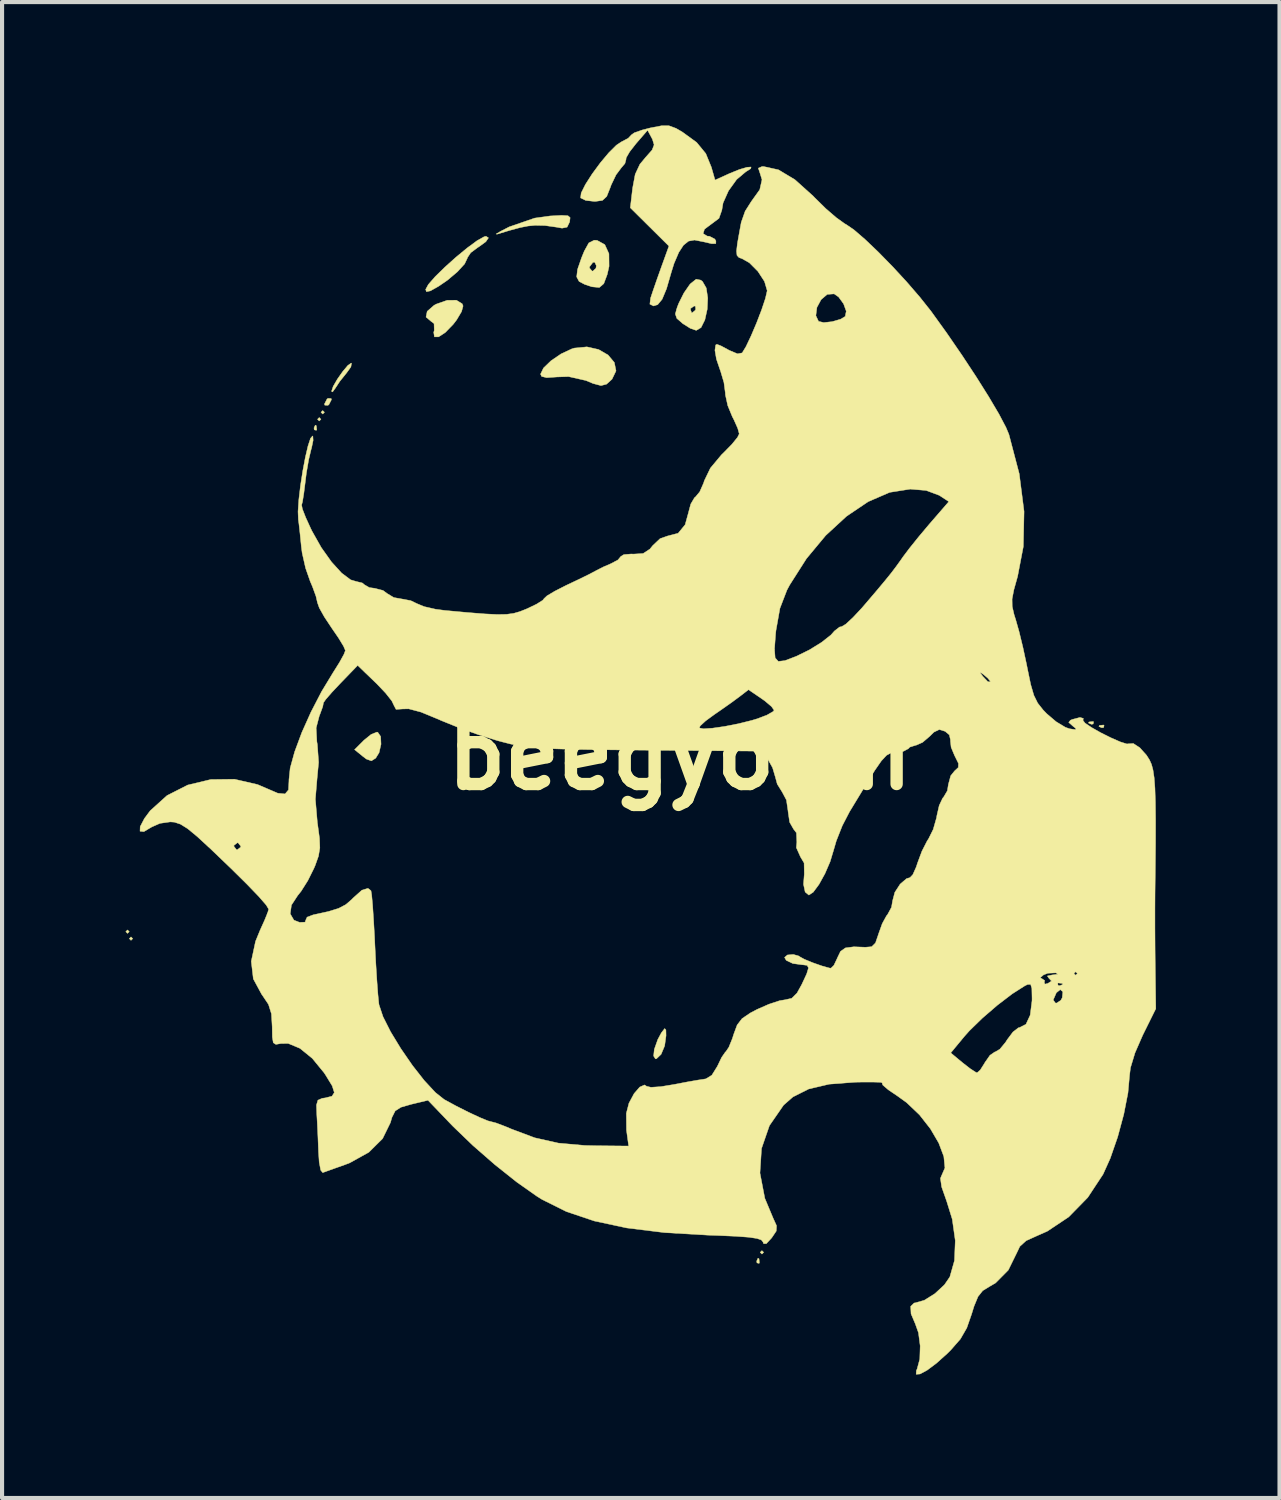
<source format=kicad_pcb>
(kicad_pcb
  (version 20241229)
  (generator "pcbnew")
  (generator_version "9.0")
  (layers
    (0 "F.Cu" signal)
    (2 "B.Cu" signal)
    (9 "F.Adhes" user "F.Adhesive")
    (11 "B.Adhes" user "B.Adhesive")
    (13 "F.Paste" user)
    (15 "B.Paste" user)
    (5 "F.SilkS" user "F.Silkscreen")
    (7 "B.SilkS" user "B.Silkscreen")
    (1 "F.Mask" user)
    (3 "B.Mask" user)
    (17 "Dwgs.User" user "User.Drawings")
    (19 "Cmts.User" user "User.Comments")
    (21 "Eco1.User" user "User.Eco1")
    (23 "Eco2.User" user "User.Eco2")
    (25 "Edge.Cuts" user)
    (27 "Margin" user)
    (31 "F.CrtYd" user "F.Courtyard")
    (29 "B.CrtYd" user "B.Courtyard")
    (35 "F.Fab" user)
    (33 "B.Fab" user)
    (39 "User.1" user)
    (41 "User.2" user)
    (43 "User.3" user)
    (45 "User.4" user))
  (footprint "beegyoshi"
    (layer "F.Cu")
    (at 13.467 15.304)
    (property "Reference" "beegyoshi" (at 0 0 0) (layer "F.SilkS") (effects (font (size 1.524 1.524) (thickness 0.3))))
    (attr through_hole)
    (fp_poly (pts (xy -13.377 4.276) (xy -13.42 4.318) (xy -13.462 4.276) (xy -13.42 4.233) (xy -13.377 4.276)) (stroke (width 0.01) (type solid)) (fill yes) (layer "F.SilkS"))
    (fp_poly (pts (xy -13.293 4.445) (xy -13.335 4.487) (xy -13.377 4.445) (xy -13.335 4.403) (xy -13.293 4.445)) (stroke (width 0.01) (type solid)) (fill yes) (layer "F.SilkS"))
    (fp_poly (pts (xy -8.721 -8.17) (xy -8.763 -8.128) (xy -8.805 -8.17) (xy -8.763 -8.213) (xy -8.721 -8.17)) (stroke (width 0.01) (type solid)) (fill yes) (layer "F.SilkS"))
    (fp_poly (pts (xy -8.636 -8.34) (xy -8.678 -8.297) (xy -8.721 -8.34) (xy -8.678 -8.382) (xy -8.636 -8.34)) (stroke (width 0.01) (type solid)) (fill yes) (layer "F.SilkS"))
    (fp_poly (pts (xy 2.032 12.065) (xy 1.99 12.107) (xy 1.947 12.065) (xy 1.99 12.023) (xy 2.032 12.065)) (stroke (width 0.01) (type solid)) (fill yes) (layer "F.SilkS"))
    (fp_poly (pts (xy -8.834 -8.015) (xy -8.823 -7.915) (xy -8.834 -7.902) (xy -8.884 -7.914) (xy -8.89 -7.959) (xy -8.859 -8.028) (xy -8.834 -8.015)) (stroke (width 0.01) (type solid)) (fill yes) (layer "F.SilkS"))
    (fp_poly (pts (xy 1.919 12.22) (xy 1.929 12.321) (xy 1.919 12.333) (xy 1.869 12.321) (xy 1.863 12.277) (xy 1.894 12.207) (xy 1.919 12.22)) (stroke (width 0.01) (type solid)) (fill yes) (layer "F.SilkS"))
    (fp_poly (pts (xy 10.047 -0.818) (xy 10.035 -0.768) (xy 9.991 -0.762) (xy 9.921 -0.793) (xy 9.934 -0.818) (xy 10.035 -0.829) (xy 10.047 -0.818)) (stroke (width 0.01) (type solid)) (fill yes) (layer "F.SilkS"))
    (fp_poly (pts (xy 10.301 -0.734) (xy 10.289 -0.683) (xy 10.245 -0.677) (xy 10.175 -0.708) (xy 10.188 -0.734) (xy 10.289 -0.744) (xy 10.301 -0.734)) (stroke (width 0.01) (type solid)) (fill yes) (layer "F.SilkS"))
    (fp_poly (pts (xy -8.473 -8.674) (xy -8.467 -8.646) (xy -8.528 -8.526) (xy -8.551 -8.509) (xy -8.629 -8.513) (xy -8.636 -8.541) (xy -8.574 -8.661) (xy -8.551 -8.678) (xy -8.473 -8.674)) (stroke (width 0.01) (type solid)) (fill yes) (layer "F.SilkS"))
    (fp_poly (pts (xy -0.342 6.663) (xy -0.339 6.802) (xy -0.373 7.05) (xy -0.459 7.255) (xy -0.571 7.362) (xy -0.597 7.366) (xy -0.641 7.295) (xy -0.624 7.133) (xy -0.539 6.893) (xy -0.453 6.733) (xy -0.372 6.628) (xy -0.342 6.663)) (stroke (width 0.01) (type solid)) (fill yes) (layer "F.SilkS"))
    (fp_poly (pts (xy -7.342 -0.569) (xy -7.271 -0.465) (xy -7.262 -0.277) (xy -7.309 -0.073) (xy -7.391 0.061) (xy -7.496 0.127) (xy -7.618 0.083) (xy -7.706 0.016) (xy -7.905 -0.146) (xy -7.676 -0.375) (xy -7.503 -0.515) (xy -7.364 -0.571) (xy -7.342 -0.569)) (stroke (width 0.01) (type solid)) (fill yes) (layer "F.SilkS"))
    (fp_poly (pts (xy -7.979 -9.531) (xy -7.994 -9.442) (xy -8.099 -9.295) (xy -8.102 -9.292) (xy -8.263 -9.092) (xy -8.368 -8.932) (xy -8.439 -8.834) (xy -8.464 -8.849) (xy -8.424 -8.969) (xy -8.321 -9.147) (xy -8.191 -9.332) (xy -8.068 -9.478) (xy -7.987 -9.535) (xy -7.979 -9.531)) (stroke (width 0.01) (type solid)) (fill yes) (layer "F.SilkS"))
    (fp_poly (pts (xy -5.291 -10.976) (xy -5.269 -10.922) (xy -5.306 -10.786) (xy -5.425 -10.585) (xy -5.508 -10.477) (xy -5.702 -10.277) (xy -5.863 -10.172) (xy -5.965 -10.171) (xy -5.982 -10.281) (xy -5.969 -10.33) (xy -5.974 -10.494) (xy -6.048 -10.55) (xy -6.169 -10.653) (xy -6.141 -10.792) (xy -5.974 -10.938) (xy -5.921 -10.967) (xy -5.656 -11.06) (xy -5.431 -11.062) (xy -5.291 -10.976)) (stroke (width 0.01) (type solid)) (fill yes) (layer "F.SilkS"))
    (fp_poly (pts (xy -2.722 -13.114) (xy -2.669 -13.069) (xy -2.679 -12.977) (xy -2.683 -12.959) (xy -2.742 -12.837) (xy -2.864 -12.812) (xy -2.996 -12.836) (xy -3.281 -12.876) (xy -3.52 -12.881) (xy -3.694 -12.864) (xy -3.882 -12.827) (xy -4.137 -12.758) (xy -4.445 -12.665) (xy -4.466 -12.671) (xy -4.358 -12.735) (xy -4.149 -12.843) (xy -3.532 -13.056) (xy -3.159 -13.108) (xy -2.874 -13.123) (xy -2.722 -13.114)) (stroke (width 0.01) (type solid)) (fill yes) (layer "F.SilkS"))
    (fp_poly (pts (xy -1.978 -9.865) (xy -1.747 -9.731) (xy -1.595 -9.55) (xy -1.554 -9.346) (xy -1.651 -9.144) (xy -1.784 -9.023) (xy -1.919 -8.988) (xy -2.112 -9.039) (xy -2.286 -9.112) (xy -2.707 -9.207) (xy -2.985 -9.198) (xy -3.24 -9.181) (xy -3.362 -9.211) (xy -3.387 -9.267) (xy -3.316 -9.415) (xy -3.135 -9.59) (xy -2.891 -9.757) (xy -2.629 -9.88) (xy -2.568 -9.899) (xy -2.262 -9.929) (xy -1.978 -9.865)) (stroke (width 0.01) (type solid)) (fill yes) (layer "F.SilkS"))
    (fp_poly (pts (xy -4.652 -12.577) (xy -4.716 -12.483) (xy -4.885 -12.36) (xy -4.911 -12.344) (xy -5.083 -12.216) (xy -5.164 -12.095) (xy -5.165 -12.085) (xy -5.231 -11.945) (xy -5.405 -11.754) (xy -5.649 -11.548) (xy -5.86 -11.403) (xy -6.062 -11.289) (xy -6.159 -11.269) (xy -6.178 -11.324) (xy -6.113 -11.444) (xy -5.946 -11.635) (xy -5.709 -11.867) (xy -5.438 -12.11) (xy -5.167 -12.333) (xy -4.928 -12.509) (xy -4.756 -12.605) (xy -4.712 -12.615) (xy -4.652 -12.577)) (stroke (width 0.01) (type solid)) (fill yes) (layer "F.SilkS"))
    (fp_poly (pts (xy -2.014 -12.516) (xy -1.827 -12.413) (xy -1.726 -12.192) (xy -1.723 -11.885) (xy -1.767 -11.689) (xy -1.851 -11.464) (xy -1.959 -11.371) (xy -2.139 -11.388) (xy -2.314 -11.446) (xy -2.451 -11.518) (xy -2.51 -11.629) (xy -2.489 -11.81) (xy -2.476 -11.848) (xy -2.201 -11.848) (xy -2.137 -11.771) (xy -2.117 -11.769) (xy -2.042 -11.838) (xy -2.032 -11.901) (xy -2.073 -11.988) (xy -2.117 -11.98) (xy -2.198 -11.872) (xy -2.201 -11.848) (xy -2.476 -11.848) (xy -2.391 -12.094) (xy -2.324 -12.257) (xy -2.215 -12.454) (xy -2.086 -12.519) (xy -2.014 -12.516)) (stroke (width 0.01) (type solid)) (fill yes) (layer "F.SilkS"))
    (fp_poly (pts (xy 0.504 -11.55) (xy 0.546 -11.518) (xy 0.638 -11.358) (xy 0.674 -11.116) (xy 0.661 -10.841) (xy 0.604 -10.584) (xy 0.511 -10.397) (xy 0.395 -10.329) (xy 0.25 -10.379) (xy 0.063 -10.497) (xy 0.059 -10.501) (xy -0.077 -10.62) (xy -0.114 -10.728) (xy -0.084 -10.837) (xy 0.254 -10.837) (xy 0.283 -10.755) (xy 0.291 -10.753) (xy 0.364 -10.812) (xy 0.381 -10.837) (xy 0.374 -10.915) (xy 0.344 -10.922) (xy 0.257 -10.861) (xy 0.254 -10.837) (xy -0.084 -10.837) (xy -0.067 -10.894) (xy -0.03 -10.988) (xy 0.095 -11.238) (xy 0.236 -11.442) (xy 0.257 -11.465) (xy 0.392 -11.572) (xy 0.504 -11.55)) (stroke (width 0.01) (type solid)) (fill yes) (layer "F.SilkS"))
    (fp_poly (pts (xy -0.097 -15.237) (xy 0.056 -15.148) (xy 0.404 -14.895) (xy 0.626 -14.625) (xy 0.762 -14.292) (xy 0.851 -13.98) (xy 1.208 -14.142) (xy 1.445 -14.238) (xy 1.627 -14.291) (xy 1.727 -14.298) (xy 1.717 -14.257) (xy 1.597 -14.181) (xy 1.376 -13.995) (xy 1.178 -13.72) (xy 1.046 -13.425) (xy 1.016 -13.248) (xy 0.947 -13.051) (xy 0.759 -12.91) (xy 0.595 -12.788) (xy 0.561 -12.679) (xy 0.662 -12.619) (xy 0.716 -12.615) (xy 0.845 -12.548) (xy 0.872 -12.502) (xy 0.87 -12.437) (xy 0.768 -12.435) (xy 0.584 -12.478) (xy 0.353 -12.524) (xy 0.207 -12.497) (xy 0.084 -12.398) (xy -0.029 -12.225) (xy -0.145 -11.954) (xy -0.212 -11.739) (xy -0.328 -11.339) (xy -0.434 -11.085) (xy -0.542 -10.954) (xy -0.644 -10.922) (xy -0.732 -10.966) (xy -0.715 -11.113) (xy -0.656 -11.29) (xy -0.561 -11.564) (xy -0.463 -11.84) (xy -0.269 -12.377) (xy -0.738 -12.842) (xy -1.207 -13.307) (xy -1.151 -13.786) (xy -1.088 -14.122) (xy -0.975 -14.364) (xy -0.836 -14.532) (xy -0.678 -14.71) (xy -0.629 -14.836) (xy -0.668 -14.967) (xy -0.682 -14.995) (xy -0.787 -15.191) (xy -1.069 -14.865) (xy -1.222 -14.669) (xy -1.307 -14.523) (xy -1.312 -14.478) (xy -1.338 -14.382) (xy -1.428 -14.276) (xy -1.554 -14.107) (xy -1.672 -13.861) (xy -1.694 -13.799) (xy -1.78 -13.583) (xy -1.884 -13.486) (xy -2.056 -13.462) (xy -2.083 -13.462) (xy -2.29 -13.486) (xy -2.412 -13.545) (xy -2.415 -13.55) (xy -2.4 -13.668) (xy -2.298 -13.873) (xy -2.134 -14.129) (xy -1.936 -14.398) (xy -1.731 -14.643) (xy -1.546 -14.827) (xy -1.428 -14.906) (xy -1.258 -14.996) (xy -1.185 -15.073) (xy -1.185 -15.075) (xy -1.11 -15.129) (xy -0.916 -15.197) (xy -0.727 -15.246) (xy -0.452 -15.299) (xy -0.266 -15.299) (xy -0.097 -15.237)) (stroke (width 0.01) (type solid)) (fill yes) (layer "F.SilkS"))
    (fp_poly (pts (xy 2.391 -14.23) (xy 2.79 -13.991) (xy 3.234 -13.592) (xy 3.274 -13.55) (xy 3.539 -13.289) (xy 3.798 -13.066) (xy 4.003 -12.919) (xy 4.038 -12.9) (xy 4.224 -12.773) (xy 4.491 -12.543) (xy 4.812 -12.237) (xy 5.159 -11.883) (xy 5.505 -11.508) (xy 5.823 -11.14) (xy 6.087 -10.808) (xy 6.097 -10.795) (xy 6.478 -10.266) (xy 6.849 -9.726) (xy 7.195 -9.201) (xy 7.499 -8.717) (xy 7.746 -8.299) (xy 7.918 -7.972) (xy 7.989 -7.802) (xy 8.24 -6.846) (xy 8.357 -5.931) (xy 8.339 -5.077) (xy 8.2 -4.353) (xy 8.109 -4.027) (xy 8.066 -3.804) (xy 8.069 -3.624) (xy 8.114 -3.429) (xy 8.155 -3.299) (xy 8.236 -3.013) (xy 8.329 -2.63) (xy 8.417 -2.221) (xy 8.44 -2.105) (xy 8.519 -1.725) (xy 8.595 -1.465) (xy 8.689 -1.275) (xy 8.821 -1.108) (xy 8.908 -1.018) (xy 9.136 -0.824) (xy 9.361 -0.688) (xy 9.46 -0.653) (xy 9.611 -0.631) (xy 9.614 -0.661) (xy 9.542 -0.718) (xy 9.442 -0.807) (xy 9.483 -0.86) (xy 9.529 -0.879) (xy 9.715 -0.928) (xy 9.798 -0.904) (xy 9.787 -0.859) (xy 9.835 -0.793) (xy 9.994 -0.685) (xy 10.22 -0.557) (xy 10.469 -0.433) (xy 10.695 -0.334) (xy 10.854 -0.284) (xy 10.9 -0.288) (xy 11.011 -0.295) (xy 11.169 -0.192) (xy 11.331 -0.011) (xy 11.406 0.108) (xy 11.453 0.213) (xy 11.489 0.349) (xy 11.517 0.535) (xy 11.536 0.788) (xy 11.547 1.126) (xy 11.552 1.569) (xy 11.551 2.133) (xy 11.544 2.838) (xy 11.538 3.344) (xy 11.536 3.711) (xy 11.536 4.181) (xy 11.539 4.689) (xy 11.543 5.085) (xy 11.557 6.148) (xy 11.239 6.79) (xy 11.051 7.221) (xy 10.942 7.581) (xy 10.92 7.759) (xy 10.881 8.191) (xy 10.779 8.712) (xy 10.631 9.261) (xy 10.452 9.778) (xy 10.277 10.167) (xy 9.904 10.733) (xy 9.442 11.205) (xy 8.922 11.552) (xy 8.682 11.658) (xy 8.408 11.782) (xy 8.254 11.922) (xy 8.186 12.065) (xy 7.974 12.497) (xy 7.666 12.808) (xy 7.516 12.896) (xy 7.353 12.996) (xy 7.239 13.139) (xy 7.142 13.374) (xy 7.084 13.562) (xy 6.966 13.901) (xy 6.811 14.17) (xy 6.574 14.441) (xy 6.487 14.527) (xy 6.228 14.759) (xy 6.002 14.928) (xy 5.83 15.02) (xy 5.736 15.027) (xy 5.741 14.935) (xy 5.759 14.899) (xy 5.824 14.657) (xy 5.834 14.337) (xy 5.792 14.018) (xy 5.715 13.801) (xy 5.612 13.558) (xy 5.603 13.377) (xy 5.688 13.294) (xy 5.71 13.293) (xy 5.934 13.229) (xy 6.191 13.068) (xy 6.422 12.854) (xy 6.554 12.662) (xy 6.667 12.264) (xy 6.686 11.778) (xy 6.613 11.26) (xy 6.476 10.819) (xy 6.355 10.475) (xy 6.326 10.268) (xy 6.349 10.211) (xy 6.435 10.014) (xy 6.408 9.737) (xy 6.285 9.41) (xy 6.082 9.063) (xy 5.817 8.725) (xy 5.504 8.427) (xy 5.283 8.268) (xy 5.06 8.117) (xy 4.925 8.001) (xy 4.907 7.946) (xy 4.87 7.934) (xy 4.697 7.929) (xy 4.419 7.929) (xy 4.255 7.932) (xy 3.623 7.98) (xy 3.126 8.097) (xy 2.744 8.289) (xy 2.516 8.489) (xy 2.172 8.987) (xy 1.98 9.543) (xy 1.942 10.138) (xy 2.06 10.752) (xy 2.26 11.23) (xy 2.345 11.418) (xy 2.338 11.548) (xy 2.232 11.706) (xy 2.222 11.719) (xy 2.095 11.855) (xy 2.03 11.853) (xy 2.018 11.817) (xy 1.979 11.766) (xy 1.872 11.728) (xy 1.674 11.698) (xy 1.362 11.675) (xy 0.914 11.655) (xy 0.677 11.647) (xy -0.381 11.585) (xy -1.295 11.472) (xy -2.083 11.303) (xy -2.762 11.074) (xy -3.35 10.781) (xy -3.483 10.698) (xy -3.964 10.359) (xy -4.498 9.934) (xy -5.032 9.468) (xy -5.511 9.007) (xy -5.579 8.937) (xy -6.121 8.371) (xy -6.531 8.469) (xy -6.78 8.541) (xy -6.918 8.63) (xy -6.997 8.787) (xy -7.034 8.915) (xy -7.224 9.303) (xy -7.558 9.634) (xy -8.019 9.89) (xy -8.143 9.938) (xy -8.406 10.031) (xy -8.606 10.103) (xy -8.678 10.129) (xy -8.727 10.07) (xy -8.764 9.873) (xy -8.78 9.632) (xy -8.794 9.27) (xy -8.811 8.91) (xy -8.822 8.721) (xy -8.83 8.485) (xy -8.795 8.369) (xy -8.693 8.324) (xy -8.615 8.313) (xy -8.453 8.272) (xy -8.397 8.183) (xy -8.448 8.021) (xy -8.608 7.759) (xy -8.645 7.703) (xy -8.932 7.353) (xy -9.231 7.11) (xy -9.516 6.991) (xy -9.695 6.993) (xy -9.816 7.014) (xy -9.879 6.974) (xy -9.902 6.837) (xy -9.906 6.582) (xy -9.924 6.271) (xy -9.996 6.042) (xy -10.15 5.812) (xy -10.16 5.8) (xy -10.364 5.423) (xy -10.414 4.996) (xy -10.31 4.51) (xy -10.202 4.246) (xy -10.088 3.993) (xy -10.027 3.842) (xy -9.468 3.842) (xy -9.378 3.996) (xy -9.24 4.05) (xy -9.106 4.044) (xy -9.091 3.996) (xy -9.058 3.923) (xy -8.91 3.867) (xy -8.54 3.786) (xy -8.291 3.709) (xy -8.118 3.618) (xy -7.972 3.492) (xy -7.942 3.46) (xy -7.727 3.268) (xy -7.579 3.223) (xy -7.506 3.281) (xy -7.489 3.384) (xy -7.467 3.624) (xy -7.444 3.971) (xy -7.42 4.39) (xy -7.412 4.572) (xy -7.389 5.033) (xy -7.363 5.452) (xy -7.338 5.792) (xy -7.316 6.014) (xy -7.31 6.054) (xy -7.214 6.341) (xy -7.029 6.708) (xy -6.782 7.114) (xy -6.501 7.522) (xy -6.212 7.891) (xy -5.942 8.182) (xy -5.728 8.352) (xy -5.443 8.507) (xy -5.142 8.659) (xy -4.869 8.787) (xy -4.668 8.87) (xy -4.592 8.89) (xy -4.468 8.922) (xy -4.249 9.005) (xy -4.092 9.071) (xy -3.529 9.282) (xy -2.957 9.411) (xy -2.313 9.469) (xy -2.042 9.475) (xy -1.247 9.483) (xy -1.3 9.097) (xy -1.304 8.689) (xy -1.24 8.441) (xy -1.115 8.208) (xy -0.978 8.05) (xy -0.861 7.998) (xy -0.813 8.03) (xy -0.706 8.056) (xy -0.466 8.04) (xy -0.149 7.988) (xy 0.175 7.926) (xy 0.45 7.878) (xy 0.62 7.852) (xy 0.626 7.852) (xy 0.773 7.762) (xy 0.905 7.55) (xy 0.911 7.538) (xy 1.011 7.33) (xy 1.087 7.22) (xy 6.576 7.22) (xy 6.865 7.46) (xy 7.053 7.606) (xy 7.188 7.693) (xy 7.216 7.702) (xy 7.292 7.637) (xy 7.396 7.473) (xy 7.408 7.451) (xy 7.529 7.278) (xy 7.647 7.197) (xy 7.656 7.197) (xy 7.769 7.13) (xy 7.908 6.962) (xy 7.947 6.9) (xy 8.087 6.713) (xy 8.219 6.61) (xy 8.249 6.604) (xy 8.403 6.525) (xy 8.506 6.303) (xy 8.55 5.957) (xy 8.551 5.935) (xy 9.065 5.935) (xy 9.119 6.009) (xy 9.147 6.011) (xy 9.249 5.944) (xy 9.284 5.881) (xy 9.299 5.735) (xy 9.236 5.683) (xy 9.141 5.76) (xy 9.065 5.935) (xy 8.551 5.935) (xy 8.551 5.887) (xy 8.546 5.653) (xy 8.516 5.555) (xy 8.44 5.559) (xy 8.372 5.593) (xy 8.068 5.787) (xy 7.707 6.063) (xy 7.343 6.377) (xy 7.03 6.682) (xy 6.907 6.82) (xy 6.576 7.22) (xy 1.087 7.22) (xy 1.101 7.2) (xy 1.115 7.189) (xy 1.186 7.083) (xy 1.271 6.874) (xy 1.305 6.766) (xy 1.388 6.542) (xy 1.507 6.387) (xy 1.709 6.25) (xy 1.872 6.164) (xy 2.159 6.038) (xy 2.42 5.952) (xy 2.554 5.93) (xy 2.714 5.894) (xy 2.842 5.767) (xy 2.956 5.561) (xy 3.033 5.396) (xy 8.748 5.396) (xy 8.789 5.416) (xy 8.86 5.465) (xy 8.848 5.502) (xy 8.862 5.55) (xy 8.935 5.533) (xy 8.937 5.532) (xy 9.172 5.532) (xy 9.184 5.582) (xy 9.229 5.588) (xy 9.298 5.557) (xy 9.285 5.532) (xy 9.185 5.521) (xy 9.172 5.532) (xy 8.937 5.532) (xy 9.024 5.475) (xy 8.961 5.408) (xy 8.922 5.352) (xy 9.042 5.326) (xy 9.059 5.325) (xy 9.18 5.308) (xy 9.154 5.292) (xy 9.567 5.292) (xy 9.61 5.334) (xy 9.652 5.292) (xy 9.61 5.249) (xy 9.567 5.292) (xy 9.154 5.292) (xy 9.133 5.278) (xy 9.125 5.276) (xy 8.933 5.285) (xy 8.829 5.326) (xy 8.748 5.396) (xy 3.033 5.396) (xy 3.077 5.301) (xy 3.121 5.156) (xy 3.088 5.094) (xy 2.981 5.08) (xy 2.97 5.08) (xy 2.741 5.049) (xy 2.58 4.972) (xy 2.54 4.902) (xy 2.607 4.842) (xy 2.752 4.829) (xy 2.888 4.868) (xy 2.908 4.884) (xy 3.021 4.946) (xy 3.225 5.03) (xy 3.45 5.109) (xy 3.626 5.158) (xy 3.666 5.163) (xy 3.738 5.093) (xy 3.819 4.922) (xy 3.823 4.911) (xy 3.899 4.754) (xy 4.018 4.67) (xy 4.222 4.643) (xy 4.504 4.654) (xy 4.656 4.641) (xy 4.748 4.55) (xy 4.821 4.336) (xy 4.823 4.328) (xy 4.912 4.08) (xy 5.015 3.891) (xy 5.04 3.862) (xy 5.137 3.683) (xy 5.165 3.52) (xy 5.218 3.32) (xy 5.347 3.121) (xy 5.503 2.987) (xy 5.585 2.963) (xy 5.655 2.89) (xy 5.738 2.704) (xy 5.771 2.603) (xy 5.876 2.321) (xy 6.004 2.07) (xy 6.035 2.024) (xy 6.15 1.793) (xy 6.232 1.506) (xy 6.24 1.454) (xy 6.296 1.21) (xy 6.379 1.034) (xy 6.403 1.007) (xy 6.494 0.853) (xy 6.519 0.697) (xy 6.575 0.489) (xy 6.668 0.373) (xy 6.76 0.287) (xy 6.764 0.19) (xy 6.679 0.017) (xy 6.671 0.003) (xy 6.585 -0.204) (xy 6.568 -0.364) (xy 6.571 -0.376) (xy 6.542 -0.504) (xy 6.44 -0.59) (xy 6.298 -0.634) (xy 6.168 -0.571) (xy 6.064 -0.469) (xy 5.892 -0.322) (xy 5.741 -0.255) (xy 5.731 -0.254) (xy 5.582 -0.207) (xy 5.546 -0.169) (xy 5.431 -0.107) (xy 5.256 -0.085) (xy 5.13 -0.07) (xy 5.017 -0.008) (xy 4.891 0.127) (xy 4.731 0.358) (xy 4.513 0.712) (xy 4.508 0.72) (xy 4.411 0.88) (xy 4.261 1.127) (xy 4.117 1.364) (xy 3.942 1.702) (xy 3.796 2.071) (xy 3.731 2.295) (xy 3.647 2.574) (xy 3.521 2.866) (xy 3.376 3.128) (xy 3.237 3.316) (xy 3.13 3.387) (xy 3.04 3.313) (xy 3 3.125) (xy 3.019 2.875) (xy 3.014 2.607) (xy 2.928 2.463) (xy 2.826 2.235) (xy 2.838 2.099) (xy 2.828 1.875) (xy 2.757 1.783) (xy 2.663 1.617) (xy 2.625 1.359) (xy 2.625 1.35) (xy 2.585 1.078) (xy 2.483 0.886) (xy 2.362 0.691) (xy 2.317 0.525) (xy 2.248 0.292) (xy 2.139 0.098) (xy 1.984 -0.109) (xy -0.849 -0.133) (xy -1.622 -0.14) (xy -2.247 -0.147) (xy -2.746 -0.157) (xy -3.142 -0.169) (xy -3.455 -0.187) (xy -3.707 -0.211) (xy -3.92 -0.242) (xy -4.117 -0.283) (xy -4.318 -0.334) (xy -4.445 -0.368) (xy -4.892 -0.507) (xy -5.355 -0.673) (xy 0.468 -0.673) (xy 0.568 -0.652) (xy 0.789 -0.667) (xy 1.087 -0.71) (xy 1.418 -0.775) (xy 1.74 -0.855) (xy 1.884 -0.898) (xy 2.115 -0.987) (xy 2.26 -1.07) (xy 2.286 -1.104) (xy 2.222 -1.193) (xy 2.06 -1.33) (xy 1.975 -1.39) (xy 1.664 -1.602) (xy 1.446 -1.434) (xy 1.248 -1.288) (xy 0.985 -1.103) (xy 0.831 -0.997) (xy 0.621 -0.843) (xy 0.491 -0.723) (xy 0.468 -0.673) (xy -5.355 -0.673) (xy -5.376 -0.681) (xy -5.806 -0.855) (xy -5.868 -0.883) (xy -6.292 -1.058) (xy -6.59 -1.137) (xy -6.736 -1.134) (xy -6.897 -1.123) (xy -6.943 -1.21) (xy -7 -1.329) (xy -7.152 -1.521) (xy -7.366 -1.746) (xy -7.386 -1.765) (xy -7.662 -2.031) (xy 7.287 -2.031) (xy 7.308 -1.988) (xy 7.355 -1.926) (xy 7.479 -1.795) (xy 7.534 -1.795) (xy 7.535 -1.81) (xy 7.477 -1.881) (xy 7.387 -1.958) (xy 7.287 -2.031) (xy -7.662 -2.031) (xy -7.829 -2.192) (xy -8.254 -1.752) (xy -8.459 -1.534) (xy -8.604 -1.367) (xy -8.662 -1.283) (xy -8.661 -1.28) (xy -8.678 -1.19) (xy -8.745 -1.006) (xy -8.763 -0.96) (xy -8.838 -0.673) (xy -8.821 -0.342) (xy -8.809 -0.272) (xy -8.778 0.163) (xy -8.817 0.576) (xy -8.857 1.058) (xy -8.808 1.633) (xy -8.803 1.663) (xy -8.757 2.004) (xy -8.748 2.242) (xy -8.781 2.44) (xy -8.86 2.663) (xy -8.892 2.738) (xy -9.038 3.032) (xy -9.204 3.295) (xy -9.287 3.399) (xy -9.438 3.63) (xy -9.468 3.842) (xy -10.027 3.842) (xy -10.012 3.803) (xy -9.991 3.73) (xy -10.052 3.628) (xy -10.23 3.423) (xy -10.515 3.127) (xy -10.896 2.75) (xy -11.363 2.302) (xy -11.403 2.263) (xy -11.471 2.201) (xy -10.837 2.201) (xy -10.773 2.284) (xy -10.753 2.286) (xy -10.67 2.222) (xy -10.668 2.201) (xy -10.732 2.119) (xy -10.753 2.117) (xy -10.835 2.181) (xy -10.837 2.201) (xy -11.471 2.201) (xy -11.724 1.968) (xy -11.957 1.775) (xy -12.133 1.665) (xy -12.282 1.616) (xy -12.382 1.609) (xy -12.632 1.645) (xy -12.832 1.733) (xy -13.022 1.846) (xy -13.116 1.836) (xy -13.112 1.724) (xy -13.009 1.526) (xy -12.868 1.337) (xy -12.46 0.969) (xy -11.958 0.714) (xy -11.399 0.58) (xy -10.821 0.573) (xy -10.261 0.702) (xy -10.06 0.788) (xy -9.769 0.913) (xy -9.593 0.93) (xy -9.51 0.832) (xy -9.498 0.61) (xy -9.499 0.593) (xy -9.469 0.302) (xy -9.36 -0.094) (xy -9.187 -0.56) (xy -8.963 -1.06) (xy -8.705 -1.558) (xy -8.426 -2.018) (xy -8.271 -2.265) (xy -8.163 -2.461) (xy -8.128 -2.554) (xy -8.141 -2.585) (xy 2.295 -2.585) (xy 2.311 -2.375) (xy 2.388 -2.289) (xy 2.549 -2.308) (xy 2.814 -2.409) (xy 2.837 -2.419) (xy 3.145 -2.57) (xy 3.439 -2.752) (xy 3.664 -2.929) (xy 3.751 -3.027) (xy 3.876 -3.124) (xy 3.925 -3.133) (xy 4.026 -3.193) (xy 4.201 -3.355) (xy 4.418 -3.587) (xy 4.492 -3.673) (xy 4.78 -4.011) (xy 4.984 -4.255) (xy 5.132 -4.438) (xy 5.251 -4.595) (xy 5.369 -4.759) (xy 5.415 -4.826) (xy 5.573 -5.036) (xy 5.798 -5.316) (xy 6.045 -5.61) (xy 6.076 -5.646) (xy 6.53 -6.17) (xy 6.298 -6.322) (xy 5.979 -6.441) (xy 5.594 -6.474) (xy 5.094 -6.395) (xy 4.571 -6.169) (xy 4.046 -5.815) (xy 3.539 -5.348) (xy 3.072 -4.786) (xy 2.665 -4.147) (xy 2.598 -4.022) (xy 2.427 -3.578) (xy 2.33 -3.034) (xy 2.321 -2.942) (xy 2.295 -2.585) (xy -8.141 -2.585) (xy -8.174 -2.661) (xy -8.295 -2.86) (xy -8.466 -3.109) (xy -8.467 -3.111) (xy -8.638 -3.369) (xy -8.761 -3.588) (xy -8.807 -3.718) (xy -8.842 -3.871) (xy -8.928 -4.107) (xy -8.982 -4.233) (xy -9.094 -4.553) (xy -9.178 -4.924) (xy -9.198 -5.08) (xy -9.228 -5.378) (xy -9.256 -5.63) (xy -9.27 -5.729) (xy -9.278 -5.929) (xy -9.259 -6.216) (xy -9.219 -6.555) (xy -9.164 -6.909) (xy -9.101 -7.243) (xy -9.036 -7.521) (xy -8.975 -7.707) (xy -8.925 -7.765) (xy -8.918 -7.761) (xy -8.911 -7.658) (xy -8.951 -7.466) (xy -8.961 -7.435) (xy -9.019 -7.191) (xy -9.075 -6.866) (xy -9.102 -6.649) (xy -9.137 -6.371) (xy -9.17 -6.165) (xy -9.191 -6.088) (xy -9.172 -5.991) (xy -9.092 -5.785) (xy -8.966 -5.51) (xy -8.937 -5.451) (xy -8.713 -5.054) (xy -8.465 -4.705) (xy -8.219 -4.435) (xy -7.999 -4.27) (xy -7.874 -4.233) (xy -7.714 -4.193) (xy -7.662 -4.149) (xy -7.545 -4.082) (xy -7.414 -4.064) (xy -7.213 -4.012) (xy -7.112 -3.937) (xy -6.951 -3.84) (xy -6.782 -3.81) (xy -6.541 -3.765) (xy -6.389 -3.692) (xy -6.214 -3.62) (xy -5.939 -3.557) (xy -5.714 -3.527) (xy -5.16 -3.476) (xy -4.745 -3.443) (xy -4.439 -3.428) (xy -4.214 -3.432) (xy -4.039 -3.456) (xy -3.886 -3.5) (xy -3.724 -3.565) (xy -3.712 -3.57) (xy -3.482 -3.681) (xy -3.333 -3.775) (xy -3.302 -3.815) (xy -3.231 -3.882) (xy -3.043 -3.994) (xy -2.777 -4.13) (xy -2.731 -4.152) (xy -2.433 -4.293) (xy -2.186 -4.415) (xy -2.039 -4.493) (xy -2.032 -4.497) (xy -1.859 -4.585) (xy -1.672 -4.666) (xy -1.506 -4.755) (xy -1.439 -4.837) (xy -1.365 -4.883) (xy -1.182 -4.898) (xy -1.134 -4.895) (xy -0.895 -4.91) (xy -0.731 -5.018) (xy -0.661 -5.104) (xy -0.484 -5.271) (xy -0.305 -5.334) (xy -0.045 -5.402) (xy 0.125 -5.61) (xy 0.199 -5.879) (xy 0.261 -6.111) (xy 0.352 -6.266) (xy 0.376 -6.284) (xy 0.479 -6.408) (xy 0.574 -6.623) (xy 0.59 -6.677) (xy 0.738 -6.984) (xy 1.008 -7.308) (xy 1.058 -7.356) (xy 1.259 -7.561) (xy 1.397 -7.731) (xy 1.439 -7.816) (xy 1.402 -7.951) (xy 1.308 -8.162) (xy 1.27 -8.235) (xy 1.16 -8.502) (xy 1.103 -8.762) (xy 1.101 -8.808) (xy 1.067 -9.064) (xy 0.984 -9.343) (xy 0.974 -9.369) (xy 0.885 -9.63) (xy 0.848 -9.847) (xy 0.867 -9.975) (xy 0.897 -9.991) (xy 0.998 -9.952) (xy 1.174 -9.857) (xy 1.193 -9.846) (xy 1.397 -9.76) (xy 1.509 -9.782) (xy 1.602 -9.934) (xy 1.725 -10.193) (xy 1.859 -10.508) (xy 1.928 -10.687) (xy 3.3 -10.687) (xy 3.365 -10.549) (xy 3.49 -10.519) (xy 3.694 -10.541) (xy 3.898 -10.6) (xy 4.013 -10.668) (xy 4.038 -10.796) (xy 3.973 -10.975) (xy 3.852 -11.141) (xy 3.744 -11.216) (xy 3.576 -11.204) (xy 3.427 -11.076) (xy 3.325 -10.886) (xy 3.3 -10.687) (xy 1.928 -10.687) (xy 1.982 -10.828) (xy 2.074 -11.104) (xy 2.116 -11.284) (xy 2.117 -11.297) (xy 2.052 -11.518) (xy 1.892 -11.763) (xy 1.685 -11.971) (xy 1.512 -12.069) (xy 1.43 -12.1) (xy 1.384 -12.151) (xy 1.373 -12.255) (xy 1.395 -12.445) (xy 1.45 -12.753) (xy 1.487 -12.954) (xy 1.583 -13.226) (xy 1.733 -13.462) (xy 1.937 -13.747) (xy 1.992 -13.989) (xy 1.944 -14.145) (xy 1.902 -14.27) (xy 1.99 -14.308) (xy 2.032 -14.309) (xy 2.391 -14.23)) (stroke (width 0.01) (type solid)) (fill yes) (layer "F.SilkS")))
  (gr_rect
    (start -3 -3)
    (end 28.029 33.336)
    (stroke (width 0.1) (type default))
    (fill no)
    (layer "Edge.Cuts")))
</source>
